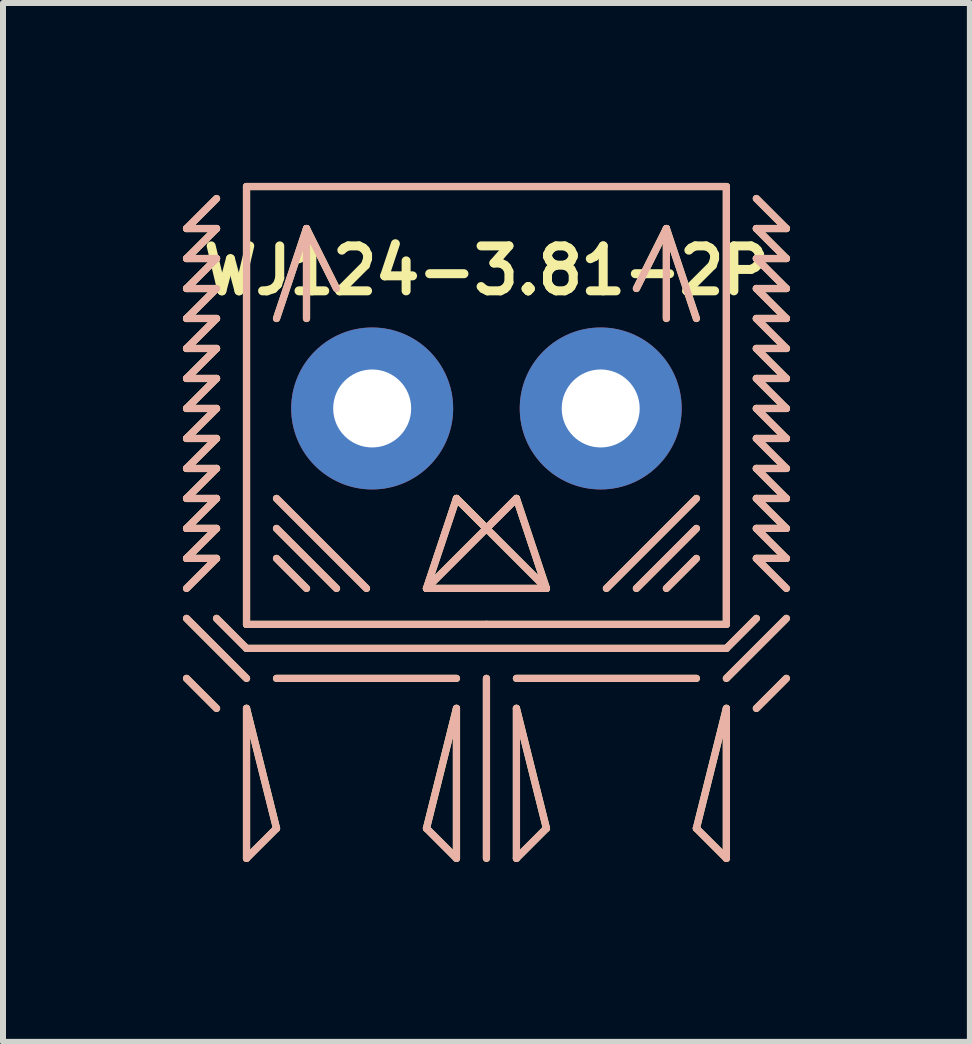
<source format=kicad_pcb>
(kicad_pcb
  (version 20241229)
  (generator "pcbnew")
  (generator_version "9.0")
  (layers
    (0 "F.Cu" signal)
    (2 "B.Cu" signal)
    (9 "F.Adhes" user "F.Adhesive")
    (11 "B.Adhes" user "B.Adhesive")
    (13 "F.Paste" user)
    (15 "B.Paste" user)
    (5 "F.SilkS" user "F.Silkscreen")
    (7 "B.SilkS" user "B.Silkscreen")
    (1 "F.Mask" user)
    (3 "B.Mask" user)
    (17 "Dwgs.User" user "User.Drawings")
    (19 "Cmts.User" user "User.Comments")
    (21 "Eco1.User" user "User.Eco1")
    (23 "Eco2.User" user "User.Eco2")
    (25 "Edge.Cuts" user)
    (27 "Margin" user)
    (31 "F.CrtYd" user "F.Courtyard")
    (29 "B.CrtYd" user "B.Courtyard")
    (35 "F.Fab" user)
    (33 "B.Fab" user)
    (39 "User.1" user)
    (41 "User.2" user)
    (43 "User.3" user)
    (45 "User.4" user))
  (footprint "WJ124-3.81-2P"
    (layer "F.Cu")
    (at 5.06 3.76)
    (property "Reference" "WJ124-3.81-2P" (at 0 -2.3 0) (layer "F.SilkS") (effects (font (size 0.75 0.75) (thickness 0.15))))
    (attr through_hole)
    (fp_line (start -5 -3) (end -4.5 -3.5) (stroke (width 0.12) (type solid)) (layer "F.SilkS"))
    (fp_line (start -5 -2.5) (end -4.5 -3) (stroke (width 0.12) (type solid)) (layer "F.SilkS"))
    (fp_line (start -5 -2) (end -4.5 -2.5) (stroke (width 0.12) (type solid)) (layer "F.SilkS"))
    (fp_line (start -5 -1.5) (end -4.5 -2) (stroke (width 0.12) (type solid)) (layer "F.SilkS"))
    (fp_line (start -5 -1) (end -4.5 -1.5) (stroke (width 0.12) (type solid)) (layer "F.SilkS"))
    (fp_line (start -5 -0.5) (end -4.5 -1) (stroke (width 0.12) (type solid)) (layer "F.SilkS"))
    (fp_line (start -5 0) (end -4.5 -0.5) (stroke (width 0.12) (type solid)) (layer "F.SilkS"))
    (fp_line (start -5 0.5) (end -4.5 0) (stroke (width 0.12) (type solid)) (layer "F.SilkS"))
    (fp_line (start -5 1) (end -4.5 0.5) (stroke (width 0.12) (type solid)) (layer "F.SilkS"))
    (fp_line (start -5 1.5) (end -4.5 1) (stroke (width 0.12) (type solid)) (layer "F.SilkS"))
    (fp_line (start -5 2) (end -4.5 1.5) (stroke (width 0.12) (type solid)) (layer "F.SilkS"))
    (fp_line (start -5 2.5) (end -4.5 2) (stroke (width 0.12) (type solid)) (layer "F.SilkS"))
    (fp_line (start -5 3) (end -4.5 2.5) (stroke (width 0.12) (type solid)) (layer "F.SilkS"))
    (fp_line (start -4.5 -3) (end -5 -3) (stroke (width 0.12) (type solid)) (layer "F.SilkS"))
    (fp_line (start -4.5 -2.5) (end -5 -2.5) (stroke (width 0.12) (type solid)) (layer "F.SilkS"))
    (fp_line (start -4.5 -2) (end -5 -2) (stroke (width 0.12) (type solid)) (layer "F.SilkS"))
    (fp_line (start -4.5 -1.5) (end -5 -1.5) (stroke (width 0.12) (type solid)) (layer "F.SilkS"))
    (fp_line (start -4.5 -1) (end -5 -1) (stroke (width 0.12) (type solid)) (layer "F.SilkS"))
    (fp_line (start -4.5 -0.5) (end -5 -0.5) (stroke (width 0.12) (type solid)) (layer "F.SilkS"))
    (fp_line (start -4.5 0) (end -5 0) (stroke (width 0.12) (type solid)) (layer "F.SilkS"))
    (fp_line (start -4.5 0.5) (end -5 0.5) (stroke (width 0.12) (type solid)) (layer "F.SilkS"))
    (fp_line (start -4.5 1) (end -5 1) (stroke (width 0.12) (type solid)) (layer "F.SilkS"))
    (fp_line (start -4.5 1.5) (end -5 1.5) (stroke (width 0.12) (type solid)) (layer "F.SilkS"))
    (fp_line (start -4.5 2) (end -5 2) (stroke (width 0.12) (type solid)) (layer "F.SilkS"))
    (fp_line (start -4.5 2.5) (end -5 2.5) (stroke (width 0.12) (type solid)) (layer "F.SilkS"))
    (fp_line (start -4.5 3.5) (end -4 4) (stroke (width 0.12) (type solid)) (layer "F.SilkS"))
    (fp_line (start -4.5 5) (end -5 4.5) (stroke (width 0.12) (type solid)) (layer "F.SilkS"))
    (fp_line (start -4 -3.7) (end 4 -3.7) (stroke (width 0.12) (type solid)) (layer "F.SilkS"))
    (fp_line (start -4 3.6) (end -4 -3.7) (stroke (width 0.12) (type solid)) (layer "F.SilkS"))
    (fp_line (start -4 4) (end 4 4) (stroke (width 0.12) (type solid)) (layer "F.SilkS"))
    (fp_line (start -4 4.5) (end -5 3.5) (stroke (width 0.12) (type solid)) (layer "F.SilkS"))
    (fp_line (start -4 5) (end -4 7.5) (stroke (width 0.12) (type solid)) (layer "F.SilkS"))
    (fp_line (start -4 7.5) (end -3.5 7) (stroke (width 0.12) (type solid)) (layer "F.SilkS"))
    (fp_line (start -3.5 1.5) (end -2 3) (stroke (width 0.12) (type solid)) (layer "F.SilkS"))
    (fp_line (start -3.5 2) (end -2.5 3) (stroke (width 0.12) (type solid)) (layer "F.SilkS"))
    (fp_line (start -3.5 2.5) (end -3 3) (stroke (width 0.12) (type solid)) (layer "F.SilkS"))
    (fp_line (start -3.5 7) (end -4 5) (stroke (width 0.12) (type solid)) (layer "F.SilkS"))
    (fp_line (start -3 -3) (end -3.5 -1.5) (stroke (width 0.12) (type solid)) (layer "F.SilkS"))
    (fp_line (start -3 -3) (end -3 -1.5) (stroke (width 0.12) (type solid)) (layer "F.SilkS"))
    (fp_line (start -3 -3) (end -2.5 -2) (stroke (width 0.12) (type solid)) (layer "F.SilkS"))
    (fp_line (start -1 3) (end 1 3) (stroke (width 0.12) (type solid)) (layer "F.SilkS"))
    (fp_line (start -1 7) (end -0.5 5) (stroke (width 0.12) (type solid)) (layer "F.SilkS"))
    (fp_line (start -0.5 1.5) (end -1 3) (stroke (width 0.12) (type solid)) (layer "F.SilkS"))
    (fp_line (start -0.5 1.5) (end 0 2) (stroke (width 0.12) (type solid)) (layer "F.SilkS"))
    (fp_line (start -0.5 4.5) (end -3.5 4.5) (stroke (width 0.12) (type solid)) (layer "F.SilkS"))
    (fp_line (start -0.5 5) (end -0.5 7.5) (stroke (width 0.12) (type solid)) (layer "F.SilkS"))
    (fp_line (start -0.5 7.5) (end -1 7) (stroke (width 0.12) (type solid)) (layer "F.SilkS"))
    (fp_line (start 0 2) (end -1 3) (stroke (width 0.12) (type solid)) (layer "F.SilkS"))
    (fp_line (start 0 2) (end -0.5 1.5) (stroke (width 0.12) (type solid)) (layer "F.SilkS"))
    (fp_line (start 0 3.6) (end -4 3.6) (stroke (width 0.12) (type solid)) (layer "F.SilkS"))
    (fp_line (start 0 3.6) (end 4 3.6) (stroke (width 0.12) (type solid)) (layer "F.SilkS"))
    (fp_line (start 0 4.5) (end 0 7.5) (stroke (width 0.12) (type solid)) (layer "F.SilkS"))
    (fp_line (start 0.5 1.5) (end 0 2) (stroke (width 0.12) (type solid)) (layer "F.SilkS"))
    (fp_line (start 0.5 1.5) (end 1 3) (stroke (width 0.12) (type solid)) (layer "F.SilkS"))
    (fp_line (start 0.5 4.5) (end 3.5 4.5) (stroke (width 0.12) (type solid)) (layer "F.SilkS"))
    (fp_line (start 0.5 5) (end 0.5 7.5) (stroke (width 0.12) (type solid)) (layer "F.SilkS"))
    (fp_line (start 0.5 7.5) (end 1 7) (stroke (width 0.12) (type solid)) (layer "F.SilkS"))
    (fp_line (start 1 3) (end 0 2) (stroke (width 0.12) (type solid)) (layer "F.SilkS"))
    (fp_line (start 1 7) (end 0.5 5) (stroke (width 0.12) (type solid)) (layer "F.SilkS"))
    (fp_line (start 3 -3) (end 2.5 -2) (stroke (width 0.12) (type solid)) (layer "F.SilkS"))
    (fp_line (start 3 -3) (end 3 -1.5) (stroke (width 0.12) (type solid)) (layer "F.SilkS"))
    (fp_line (start 3 -3) (end 3.5 -1.5) (stroke (width 0.12) (type solid)) (layer "F.SilkS"))
    (fp_line (start 3 3) (end 3.5 2.5) (stroke (width 0.12) (type solid)) (layer "F.SilkS"))
    (fp_line (start 3.5 1.5) (end 2 3) (stroke (width 0.12) (type solid)) (layer "F.SilkS"))
    (fp_line (start 3.5 2) (end 2.5 3) (stroke (width 0.12) (type solid)) (layer "F.SilkS"))
    (fp_line (start 3.5 7) (end 4 5) (stroke (width 0.12) (type solid)) (layer "F.SilkS"))
    (fp_line (start 4 3.6) (end 4 -3.7) (stroke (width 0.12) (type solid)) (layer "F.SilkS"))
    (fp_line (start 4 4) (end 4.5 3.5) (stroke (width 0.12) (type solid)) (layer "F.SilkS"))
    (fp_line (start 4 4.5) (end 5 3.5) (stroke (width 0.12) (type solid)) (layer "F.SilkS"))
    (fp_line (start 4 5) (end 4 7.5) (stroke (width 0.12) (type solid)) (layer "F.SilkS"))
    (fp_line (start 4 7.5) (end 3.5 7) (stroke (width 0.12) (type solid)) (layer "F.SilkS"))
    (fp_line (start 4.5 -3) (end 5 -3) (stroke (width 0.12) (type solid)) (layer "F.SilkS"))
    (fp_line (start 4.5 -2.5) (end 5 -2.5) (stroke (width 0.12) (type solid)) (layer "F.SilkS"))
    (fp_line (start 4.5 -2) (end 5 -2) (stroke (width 0.12) (type solid)) (layer "F.SilkS"))
    (fp_line (start 4.5 -1.5) (end 5 -1.5) (stroke (width 0.12) (type solid)) (layer "F.SilkS"))
    (fp_line (start 4.5 -1) (end 5 -1) (stroke (width 0.12) (type solid)) (layer "F.SilkS"))
    (fp_line (start 4.5 -0.5) (end 5 -0.5) (stroke (width 0.12) (type solid)) (layer "F.SilkS"))
    (fp_line (start 4.5 0) (end 5 0) (stroke (width 0.12) (type solid)) (layer "F.SilkS"))
    (fp_line (start 4.5 0.5) (end 5 0.5) (stroke (width 0.12) (type solid)) (layer "F.SilkS"))
    (fp_line (start 4.5 1) (end 5 1) (stroke (width 0.12) (type solid)) (layer "F.SilkS"))
    (fp_line (start 4.5 1.5) (end 5 1.5) (stroke (width 0.12) (type solid)) (layer "F.SilkS"))
    (fp_line (start 4.5 2) (end 5 2) (stroke (width 0.12) (type solid)) (layer "F.SilkS"))
    (fp_line (start 4.5 2.5) (end 5 2.5) (stroke (width 0.12) (type solid)) (layer "F.SilkS"))
    (fp_line (start 4.5 5) (end 5 4.5) (stroke (width 0.12) (type solid)) (layer "F.SilkS"))
    (fp_line (start 5 -3) (end 4.5 -3.5) (stroke (width 0.12) (type solid)) (layer "F.SilkS"))
    (fp_line (start 5 -2.5) (end 4.5 -3) (stroke (width 0.12) (type solid)) (layer "F.SilkS"))
    (fp_line (start 5 -2) (end 4.5 -2.5) (stroke (width 0.12) (type solid)) (layer "F.SilkS"))
    (fp_line (start 5 -1.5) (end 4.5 -2) (stroke (width 0.12) (type solid)) (layer "F.SilkS"))
    (fp_line (start 5 -1) (end 4.5 -1.5) (stroke (width 0.12) (type solid)) (layer "F.SilkS"))
    (fp_line (start 5 -0.5) (end 4.5 -1) (stroke (width 0.12) (type solid)) (layer "F.SilkS"))
    (fp_line (start 5 0) (end 4.5 -0.5) (stroke (width 0.12) (type solid)) (layer "F.SilkS"))
    (fp_line (start 5 0.5) (end 4.5 0) (stroke (width 0.12) (type solid)) (layer "F.SilkS"))
    (fp_line (start 5 1) (end 4.5 0.5) (stroke (width 0.12) (type solid)) (layer "F.SilkS"))
    (fp_line (start 5 1.5) (end 4.5 1) (stroke (width 0.12) (type solid)) (layer "F.SilkS"))
    (fp_line (start 5 2) (end 4.5 1.5) (stroke (width 0.12) (type solid)) (layer "F.SilkS"))
    (fp_line (start 5 2.5) (end 4.5 2) (stroke (width 0.12) (type solid)) (layer "F.SilkS"))
    (fp_line (start 5 3) (end 4.5 2.5) (stroke (width 0.12) (type solid)) (layer "F.SilkS"))
    (fp_line (start -5 -3) (end -4.5 -3.5) (stroke (width 0.12) (type solid)) (layer "B.SilkS"))
    (fp_line (start -5 -2.5) (end -4.5 -3) (stroke (width 0.12) (type solid)) (layer "B.SilkS"))
    (fp_line (start -5 -2) (end -4.5 -2.5) (stroke (width 0.12) (type solid)) (layer "B.SilkS"))
    (fp_line (start -5 -1.5) (end -4.5 -2) (stroke (width 0.12) (type solid)) (layer "B.SilkS"))
    (fp_line (start -5 -1) (end -4.5 -1.5) (stroke (width 0.12) (type solid)) (layer "B.SilkS"))
    (fp_line (start -5 -0.5) (end -4.5 -1) (stroke (width 0.12) (type solid)) (layer "B.SilkS"))
    (fp_line (start -5 0) (end -4.5 -0.5) (stroke (width 0.12) (type solid)) (layer "B.SilkS"))
    (fp_line (start -5 0.5) (end -4.5 0) (stroke (width 0.12) (type solid)) (layer "B.SilkS"))
    (fp_line (start -5 1) (end -4.5 0.5) (stroke (width 0.12) (type solid)) (layer "B.SilkS"))
    (fp_line (start -5 1.5) (end -4.5 1) (stroke (width 0.12) (type solid)) (layer "B.SilkS"))
    (fp_line (start -5 2) (end -4.5 1.5) (stroke (width 0.12) (type solid)) (layer "B.SilkS"))
    (fp_line (start -5 2.5) (end -4.5 2) (stroke (width 0.12) (type solid)) (layer "B.SilkS"))
    (fp_line (start -5 3) (end -4.5 2.5) (stroke (width 0.12) (type solid)) (layer "B.SilkS"))
    (fp_line (start -4.5 -3) (end -5 -3) (stroke (width 0.12) (type solid)) (layer "B.SilkS"))
    (fp_line (start -4.5 -2.5) (end -5 -2.5) (stroke (width 0.12) (type solid)) (layer "B.SilkS"))
    (fp_line (start -4.5 -2) (end -5 -2) (stroke (width 0.12) (type solid)) (layer "B.SilkS"))
    (fp_line (start -4.5 -1.5) (end -5 -1.5) (stroke (width 0.12) (type solid)) (layer "B.SilkS"))
    (fp_line (start -4.5 -1) (end -5 -1) (stroke (width 0.12) (type solid)) (layer "B.SilkS"))
    (fp_line (start -4.5 -0.5) (end -5 -0.5) (stroke (width 0.12) (type solid)) (layer "B.SilkS"))
    (fp_line (start -4.5 0) (end -5 0) (stroke (width 0.12) (type solid)) (layer "B.SilkS"))
    (fp_line (start -4.5 0.5) (end -5 0.5) (stroke (width 0.12) (type solid)) (layer "B.SilkS"))
    (fp_line (start -4.5 1) (end -5 1) (stroke (width 0.12) (type solid)) (layer "B.SilkS"))
    (fp_line (start -4.5 1.5) (end -5 1.5) (stroke (width 0.12) (type solid)) (layer "B.SilkS"))
    (fp_line (start -4.5 2) (end -5 2) (stroke (width 0.12) (type solid)) (layer "B.SilkS"))
    (fp_line (start -4.5 2.5) (end -5 2.5) (stroke (width 0.12) (type solid)) (layer "B.SilkS"))
    (fp_line (start -4.5 5) (end -5 4.5) (stroke (width 0.12) (type solid)) (layer "B.SilkS"))
    (fp_line (start -4 3.6) (end -4 -3.7) (stroke (width 0.12) (type solid)) (layer "B.SilkS"))
    (fp_line (start -4 4) (end -4.5 3.5) (stroke (width 0.12) (type solid)) (layer "B.SilkS"))
    (fp_line (start -4 4.5) (end -5 3.5) (stroke (width 0.12) (type solid)) (layer "B.SilkS"))
    (fp_line (start -4 5) (end -4 7.5) (stroke (width 0.12) (type solid)) (layer "B.SilkS"))
    (fp_line (start -4 7.5) (end -3.5 7) (stroke (width 0.12) (type solid)) (layer "B.SilkS"))
    (fp_line (start -3.5 1.5) (end -2 3) (stroke (width 0.12) (type solid)) (layer "B.SilkS"))
    (fp_line (start -3.5 2) (end -2.5 3) (stroke (width 0.12) (type solid)) (layer "B.SilkS"))
    (fp_line (start -3.5 7) (end -4 5) (stroke (width 0.12) (type solid)) (layer "B.SilkS"))
    (fp_line (start -3 -3) (end -3.5 -1.5) (stroke (width 0.12) (type solid)) (layer "B.SilkS"))
    (fp_line (start -3 -3) (end -3 -1.5) (stroke (width 0.12) (type solid)) (layer "B.SilkS"))
    (fp_line (start -3 -3) (end -2.5 -2) (stroke (width 0.12) (type solid)) (layer "B.SilkS"))
    (fp_line (start -3 3) (end -3.5 2.5) (stroke (width 0.12) (type solid)) (layer "B.SilkS"))
    (fp_line (start -1 3) (end 0 2) (stroke (width 0.12) (type solid)) (layer "B.SilkS"))
    (fp_line (start -1 7) (end -0.5 5) (stroke (width 0.12) (type solid)) (layer "B.SilkS"))
    (fp_line (start -0.5 1.5) (end -1 3) (stroke (width 0.12) (type solid)) (layer "B.SilkS"))
    (fp_line (start -0.5 1.5) (end 0 2) (stroke (width 0.12) (type solid)) (layer "B.SilkS"))
    (fp_line (start -0.5 4.5) (end -3.5 4.5) (stroke (width 0.12) (type solid)) (layer "B.SilkS"))
    (fp_line (start -0.5 5) (end -0.5 7.5) (stroke (width 0.12) (type solid)) (layer "B.SilkS"))
    (fp_line (start -0.5 7.5) (end -1 7) (stroke (width 0.12) (type solid)) (layer "B.SilkS"))
    (fp_line (start 0 2) (end 0.5 1.5) (stroke (width 0.12) (type solid)) (layer "B.SilkS"))
    (fp_line (start 0 2) (end 1 3) (stroke (width 0.12) (type solid)) (layer "B.SilkS"))
    (fp_line (start 0 3.6) (end -4 3.6) (stroke (width 0.12) (type solid)) (layer "B.SilkS"))
    (fp_line (start 0 3.6) (end 4 3.6) (stroke (width 0.12) (type solid)) (layer "B.SilkS"))
    (fp_line (start 0 4.5) (end 0 7.5) (stroke (width 0.12) (type solid)) (layer "B.SilkS"))
    (fp_line (start 0.5 1.5) (end 0 2) (stroke (width 0.12) (type solid)) (layer "B.SilkS"))
    (fp_line (start 0.5 1.5) (end 1 3) (stroke (width 0.12) (type solid)) (layer "B.SilkS"))
    (fp_line (start 0.5 4.5) (end 3.5 4.5) (stroke (width 0.12) (type solid)) (layer "B.SilkS"))
    (fp_line (start 0.5 5) (end 0.5 7.5) (stroke (width 0.12) (type solid)) (layer "B.SilkS"))
    (fp_line (start 0.5 7.5) (end 1 7) (stroke (width 0.12) (type solid)) (layer "B.SilkS"))
    (fp_line (start 1 3) (end -1 3) (stroke (width 0.12) (type solid)) (layer "B.SilkS"))
    (fp_line (start 1 7) (end 0.5 5) (stroke (width 0.12) (type solid)) (layer "B.SilkS"))
    (fp_line (start 3 -3) (end 2.5 -2) (stroke (width 0.12) (type solid)) (layer "B.SilkS"))
    (fp_line (start 3 -3) (end 3 -1.5) (stroke (width 0.12) (type solid)) (layer "B.SilkS"))
    (fp_line (start 3 -3) (end 3.5 -1.5) (stroke (width 0.12) (type solid)) (layer "B.SilkS"))
    (fp_line (start 3.5 1.5) (end 2 3) (stroke (width 0.12) (type solid)) (layer "B.SilkS"))
    (fp_line (start 3.5 2) (end 2.5 3) (stroke (width 0.12) (type solid)) (layer "B.SilkS"))
    (fp_line (start 3.5 2.5) (end 3 3) (stroke (width 0.12) (type solid)) (layer "B.SilkS"))
    (fp_line (start 3.5 7) (end 4 5) (stroke (width 0.12) (type solid)) (layer "B.SilkS"))
    (fp_line (start 4 -3.7) (end -4 -3.7) (stroke (width 0.12) (type solid)) (layer "B.SilkS"))
    (fp_line (start 4 3.6) (end 4 -3.7) (stroke (width 0.12) (type solid)) (layer "B.SilkS"))
    (fp_line (start 4 4) (end -4 4) (stroke (width 0.12) (type solid)) (layer "B.SilkS"))
    (fp_line (start 4 4.5) (end 5 3.5) (stroke (width 0.12) (type solid)) (layer "B.SilkS"))
    (fp_line (start 4 5) (end 4 7.5) (stroke (width 0.12) (type solid)) (layer "B.SilkS"))
    (fp_line (start 4 7.5) (end 3.5 7) (stroke (width 0.12) (type solid)) (layer "B.SilkS"))
    (fp_line (start 4.5 -3) (end 5 -3) (stroke (width 0.12) (type solid)) (layer "B.SilkS"))
    (fp_line (start 4.5 -2.5) (end 5 -2.5) (stroke (width 0.12) (type solid)) (layer "B.SilkS"))
    (fp_line (start 4.5 -2) (end 5 -2) (stroke (width 0.12) (type solid)) (layer "B.SilkS"))
    (fp_line (start 4.5 -1.5) (end 5 -1.5) (stroke (width 0.12) (type solid)) (layer "B.SilkS"))
    (fp_line (start 4.5 -1) (end 5 -1) (stroke (width 0.12) (type solid)) (layer "B.SilkS"))
    (fp_line (start 4.5 -0.5) (end 5 -0.5) (stroke (width 0.12) (type solid)) (layer "B.SilkS"))
    (fp_line (start 4.5 0) (end 5 0) (stroke (width 0.12) (type solid)) (layer "B.SilkS"))
    (fp_line (start 4.5 0.5) (end 5 0.5) (stroke (width 0.12) (type solid)) (layer "B.SilkS"))
    (fp_line (start 4.5 1) (end 5 1) (stroke (width 0.12) (type solid)) (layer "B.SilkS"))
    (fp_line (start 4.5 1.5) (end 5 1.5) (stroke (width 0.12) (type solid)) (layer "B.SilkS"))
    (fp_line (start 4.5 2) (end 5 2) (stroke (width 0.12) (type solid)) (layer "B.SilkS"))
    (fp_line (start 4.5 2.5) (end 5 2.5) (stroke (width 0.12) (type solid)) (layer "B.SilkS"))
    (fp_line (start 4.5 3.5) (end 4 4) (stroke (width 0.12) (type solid)) (layer "B.SilkS"))
    (fp_line (start 4.5 5) (end 5 4.5) (stroke (width 0.12) (type solid)) (layer "B.SilkS"))
    (fp_line (start 5 -3) (end 4.5 -3.5) (stroke (width 0.12) (type solid)) (layer "B.SilkS"))
    (fp_line (start 5 -2.5) (end 4.5 -3) (stroke (width 0.12) (type solid)) (layer "B.SilkS"))
    (fp_line (start 5 -2) (end 4.5 -2.5) (stroke (width 0.12) (type solid)) (layer "B.SilkS"))
    (fp_line (start 5 -1.5) (end 4.5 -2) (stroke (width 0.12) (type solid)) (layer "B.SilkS"))
    (fp_line (start 5 -1) (end 4.5 -1.5) (stroke (width 0.12) (type solid)) (layer "B.SilkS"))
    (fp_line (start 5 -0.5) (end 4.5 -1) (stroke (width 0.12) (type solid)) (layer "B.SilkS"))
    (fp_line (start 5 0) (end 4.5 -0.5) (stroke (width 0.12) (type solid)) (layer "B.SilkS"))
    (fp_line (start 5 0.5) (end 4.5 0) (stroke (width 0.12) (type solid)) (layer "B.SilkS"))
    (fp_line (start 5 1) (end 4.5 0.5) (stroke (width 0.12) (type solid)) (layer "B.SilkS"))
    (fp_line (start 5 1.5) (end 4.5 1) (stroke (width 0.12) (type solid)) (layer "B.SilkS"))
    (fp_line (start 5 2) (end 4.5 1.5) (stroke (width 0.12) (type solid)) (layer "B.SilkS"))
    (fp_line (start 5 2.5) (end 4.5 2) (stroke (width 0.12) (type solid)) (layer "B.SilkS"))
    (fp_line (start 5 3) (end 4.5 2.5) (stroke (width 0.12) (type solid)) (layer "B.SilkS"))
    (pad "1" thru_hole circle (at -1.905 0) (size 2.7 2.7) (drill 1.3) (layers "*.Cu" "*.Mask"))
    (pad "2" thru_hole circle (at 1.905 0 180) (size 2.7 2.7) (drill 1.3) (layers "*.Cu" "*.Mask")))
  (gr_rect
    (start -3 -3)
    (end 13.12 14.32)
    (stroke (width 0.1) (type default))
    (fill no)
    (layer "Edge.Cuts")))
</source>
